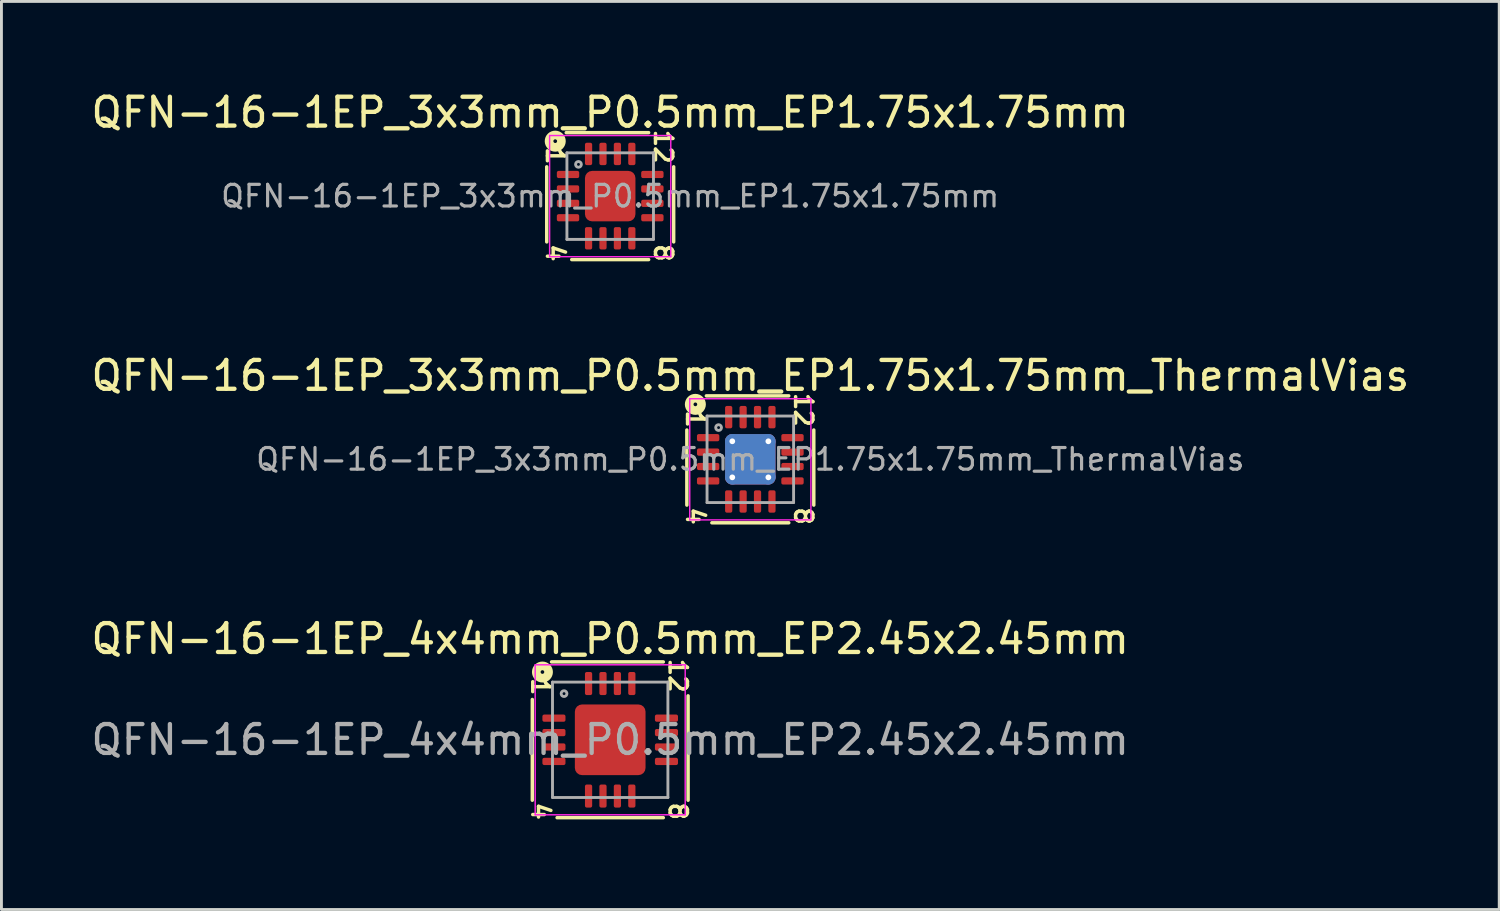
<source format=kicad_pcb>
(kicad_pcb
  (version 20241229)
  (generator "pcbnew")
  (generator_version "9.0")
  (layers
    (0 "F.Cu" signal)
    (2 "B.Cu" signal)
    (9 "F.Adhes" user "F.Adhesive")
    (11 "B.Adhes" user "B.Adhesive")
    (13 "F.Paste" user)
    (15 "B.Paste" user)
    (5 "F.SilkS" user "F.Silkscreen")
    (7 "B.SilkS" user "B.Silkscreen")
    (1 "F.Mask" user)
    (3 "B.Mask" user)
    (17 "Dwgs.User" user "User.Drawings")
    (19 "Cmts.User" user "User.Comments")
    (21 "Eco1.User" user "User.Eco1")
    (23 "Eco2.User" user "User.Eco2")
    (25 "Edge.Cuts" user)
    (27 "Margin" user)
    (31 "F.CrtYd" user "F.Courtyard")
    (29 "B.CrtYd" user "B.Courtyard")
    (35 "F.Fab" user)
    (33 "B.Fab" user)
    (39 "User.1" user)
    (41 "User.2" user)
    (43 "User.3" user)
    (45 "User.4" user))
  (footprint "QFN-16-1EP_3x3mm_P0.5mm_EP1.75x1.75mm"
    (layer "F.Cu")
    (at 18.101 3.748)
    (property "Reference" "QFN-16-1EP_3x3mm_P0.5mm_EP1.75x1.75mm" (at 0 -2.9 0) (layer "F.SilkS") (effects (font (size 1 1) (thickness 0.15))))
    (attr smd)
    (fp_line (start -2.2 1.587) (end -2.2 -1.016) (stroke (width 0.12) (type solid)) (layer "F.SilkS"))
    (fp_line (start -1.524 -2.2) (end 1.333 -2.2) (stroke (width 0.12) (type solid)) (layer "F.SilkS"))
    (fp_line (start 1.333 2.2) (end -1.333 2.2) (stroke (width 0.12) (type solid)) (layer "F.SilkS"))
    (fp_line (start 2.2 -1.016) (end 2.2 1.587) (stroke (width 0.12) (type solid)) (layer "F.SilkS"))
    (fp_circle (center -1.905 -1.905) (end -1.841 -1.905) (stroke (width 0.3) (type solid)) (fill no) (layer "F.SilkS"))
    (fp_line (start -2.1 -2.1) (end -2.1 2.1) (stroke (width 0.05) (type solid)) (layer "F.CrtYd"))
    (fp_line (start -2.1 2.1) (end 2.1 2.1) (stroke (width 0.05) (type solid)) (layer "F.CrtYd"))
    (fp_line (start 2.1 -2.1) (end -2.1 -2.1) (stroke (width 0.05) (type solid)) (layer "F.CrtYd"))
    (fp_line (start 2.1 2.1) (end 2.1 -2.1) (stroke (width 0.05) (type solid)) (layer "F.CrtYd"))
    (fp_line (start -1.5 -1.5) (end 1.5 -1.5) (stroke (width 0.1) (type solid)) (layer "F.Fab"))
    (fp_line (start -1.5 1.5) (end -1.5 -1.5) (stroke (width 0.1) (type solid)) (layer "F.Fab"))
    (fp_line (start 1.5 -1.5) (end 1.5 1.5) (stroke (width 0.1) (type solid)) (layer "F.Fab"))
    (fp_line (start 1.5 1.5) (end -1.5 1.5) (stroke (width 0.1) (type solid)) (layer "F.Fab"))
    (fp_circle (center -1.1 -1.1) (end -1 -1.1) (stroke (width 0.1) (type solid)) (fill no) (layer "F.Fab"))
    (fp_text user "1" (at -1.905 -1.397 270) (unlocked yes) (layer "F.SilkS") (effects (font (size 0.6 0.6) (thickness 0.12))))
    (fp_text user "12" (at 1.841 -1.714 270) (unlocked yes) (layer "F.SilkS") (effects (font (size 0.6 0.6) (thickness 0.12))))
    (fp_text user "8" (at 1.841 1.968 270) (unlocked yes) (layer "F.SilkS") (effects (font (size 0.6 0.6) (thickness 0.12))))
    (fp_text user "4" (at -1.905 1.968 270) (unlocked yes) (layer "F.SilkS") (effects (font (size 0.6 0.6) (thickness 0.12))))
    (fp_text user "${REFERENCE}" (at 0 0 0) (layer "F.Fab") (effects (font (size 0.75 0.75) (thickness 0.11))))
    (pad "" smd roundrect (at -0.44 -0.44) (size 0.71 0.71) (layers "F.Paste") (roundrect_rratio 0.25))
    (pad "" smd roundrect (at -0.44 0.44) (size 0.71 0.71) (layers "F.Paste") (roundrect_rratio 0.25))
    (pad "" smd roundrect (at 0.44 -0.44) (size 0.71 0.71) (layers "F.Paste") (roundrect_rratio 0.25))
    (pad "" smd roundrect (at 0.44 0.44) (size 0.71 0.71) (layers "F.Paste") (roundrect_rratio 0.25))
    (pad "1" smd roundrect (at -1.462 -0.75) (size 0.775 0.25) (layers "F.Cu" "F.Mask" "F.Paste") (roundrect_rratio 0.25))
    (pad "2" smd roundrect (at -1.462 -0.25) (size 0.775 0.25) (layers "F.Cu" "F.Mask" "F.Paste") (roundrect_rratio 0.25))
    (pad "3" smd roundrect (at -1.462 0.25) (size 0.775 0.25) (layers "F.Cu" "F.Mask" "F.Paste") (roundrect_rratio 0.25))
    (pad "4" smd roundrect (at -1.462 0.75) (size 0.775 0.25) (layers "F.Cu" "F.Mask" "F.Paste") (roundrect_rratio 0.25))
    (pad "5" smd roundrect (at -0.75 1.462) (size 0.25 0.775) (layers "F.Cu" "F.Mask" "F.Paste") (roundrect_rratio 0.25))
    (pad "6" smd roundrect (at -0.25 1.462) (size 0.25 0.775) (layers "F.Cu" "F.Mask" "F.Paste") (roundrect_rratio 0.25))
    (pad "7" smd roundrect (at 0.25 1.462) (size 0.25 0.775) (layers "F.Cu" "F.Mask" "F.Paste") (roundrect_rratio 0.25))
    (pad "8" smd roundrect (at 0.75 1.462) (size 0.25 0.775) (layers "F.Cu" "F.Mask" "F.Paste") (roundrect_rratio 0.25))
    (pad "9" smd roundrect (at 1.462 0.75) (size 0.775 0.25) (layers "F.Cu" "F.Mask" "F.Paste") (roundrect_rratio 0.25))
    (pad "10" smd roundrect (at 1.462 0.25) (size 0.775 0.25) (layers "F.Cu" "F.Mask" "F.Paste") (roundrect_rratio 0.25))
    (pad "11" smd roundrect (at 1.462 -0.25) (size 0.775 0.25) (layers "F.Cu" "F.Mask" "F.Paste") (roundrect_rratio 0.25))
    (pad "12" smd roundrect (at 1.462 -0.75) (size 0.775 0.25) (layers "F.Cu" "F.Mask" "F.Paste") (roundrect_rratio 0.25))
    (pad "13" smd roundrect (at 0.75 -1.462) (size 0.25 0.775) (layers "F.Cu" "F.Mask" "F.Paste") (roundrect_rratio 0.25))
    (pad "14" smd roundrect (at 0.25 -1.462) (size 0.25 0.775) (layers "F.Cu" "F.Mask" "F.Paste") (roundrect_rratio 0.25))
    (pad "15" smd roundrect (at -0.25 -1.462) (size 0.25 0.775) (layers "F.Cu" "F.Mask" "F.Paste") (roundrect_rratio 0.25))
    (pad "16" smd roundrect (at -0.75 -1.462) (size 0.25 0.775) (layers "F.Cu" "F.Mask" "F.Paste") (roundrect_rratio 0.25))
    (pad "17" smd roundrect (at 0 0) (size 1.75 1.75) (layers "F.Cu" "F.Mask") (roundrect_rratio 0.143)))
  (footprint "QFN-16-1EP_3x3mm_P0.5mm_EP1.75x1.75mm_ThermalVias"
    (layer "F.Cu")
    (at 22.958 12.871)
    (property "Reference" "QFN-16-1EP_3x3mm_P0.5mm_EP1.75x1.75mm_ThermalVias" (at 0 -2.9 0) (layer "F.SilkS") (effects (font (size 1 1) (thickness 0.15))))
    (attr smd)
    (fp_line (start -2.2 1.587) (end -2.2 -1.016) (stroke (width 0.12) (type solid)) (layer "F.SilkS"))
    (fp_line (start -1.524 -2.2) (end 1.333 -2.2) (stroke (width 0.12) (type solid)) (layer "F.SilkS"))
    (fp_line (start 1.333 2.2) (end -1.333 2.2) (stroke (width 0.12) (type solid)) (layer "F.SilkS"))
    (fp_line (start 2.2 -1.016) (end 2.2 1.587) (stroke (width 0.12) (type solid)) (layer "F.SilkS"))
    (fp_circle (center -1.905 -1.905) (end -1.841 -1.905) (stroke (width 0.3) (type solid)) (fill no) (layer "F.SilkS"))
    (fp_line (start -2.1 -2.1) (end -2.1 2.1) (stroke (width 0.05) (type solid)) (layer "F.CrtYd"))
    (fp_line (start -2.1 2.1) (end 2.1 2.1) (stroke (width 0.05) (type solid)) (layer "F.CrtYd"))
    (fp_line (start 2.1 -2.1) (end -2.1 -2.1) (stroke (width 0.05) (type solid)) (layer "F.CrtYd"))
    (fp_line (start 2.1 2.1) (end 2.1 -2.1) (stroke (width 0.05) (type solid)) (layer "F.CrtYd"))
    (fp_line (start -1.5 -1.5) (end 1.5 -1.5) (stroke (width 0.1) (type solid)) (layer "F.Fab"))
    (fp_line (start -1.5 1.5) (end -1.5 -1.5) (stroke (width 0.1) (type solid)) (layer "F.Fab"))
    (fp_line (start 1.5 -1.5) (end 1.5 1.5) (stroke (width 0.1) (type solid)) (layer "F.Fab"))
    (fp_line (start 1.5 1.5) (end -1.5 1.5) (stroke (width 0.1) (type solid)) (layer "F.Fab"))
    (fp_circle (center -1.1 -1.1) (end -1 -1.1) (stroke (width 0.1) (type solid)) (fill no) (layer "F.Fab"))
    (fp_text user "1" (at -1.905 -1.397 270) (unlocked yes) (layer "F.SilkS") (effects (font (size 0.6 0.6) (thickness 0.12))))
    (fp_text user "8" (at 1.841 1.968 270) (unlocked yes) (layer "F.SilkS") (effects (font (size 0.6 0.6) (thickness 0.12))))
    (fp_text user "4" (at -1.905 1.968 270) (unlocked yes) (layer "F.SilkS") (effects (font (size 0.6 0.6) (thickness 0.12))))
    (fp_text user "12" (at 1.841 -1.714 270) (unlocked yes) (layer "F.SilkS") (effects (font (size 0.6 0.6) (thickness 0.12))))
    (fp_text user "${REFERENCE}" (at 0 0 0) (layer "F.Fab") (effects (font (size 0.75 0.75) (thickness 0.11))))
    (pad "" smd roundrect (at -0.44 -0.44) (size 0.76 0.76) (layers "F.Paste") (roundrect_rratio 0.25))
    (pad "" smd roundrect (at -0.44 0.44) (size 0.76 0.76) (layers "F.Paste") (roundrect_rratio 0.25))
    (pad "" smd roundrect (at 0.44 -0.44) (size 0.76 0.76) (layers "F.Paste") (roundrect_rratio 0.25))
    (pad "" smd roundrect (at 0.44 0.44) (size 0.76 0.76) (layers "F.Paste") (roundrect_rratio 0.25))
    (pad "1" smd roundrect (at -1.462 -0.75) (size 0.775 0.25) (layers "F.Cu" "F.Mask" "F.Paste") (roundrect_rratio 0.25))
    (pad "2" smd roundrect (at -1.462 -0.25) (size 0.775 0.25) (layers "F.Cu" "F.Mask" "F.Paste") (roundrect_rratio 0.25))
    (pad "3" smd roundrect (at -1.462 0.25) (size 0.775 0.25) (layers "F.Cu" "F.Mask" "F.Paste") (roundrect_rratio 0.25))
    (pad "4" smd roundrect (at -1.462 0.75) (size 0.775 0.25) (layers "F.Cu" "F.Mask" "F.Paste") (roundrect_rratio 0.25))
    (pad "5" smd roundrect (at -0.75 1.462) (size 0.25 0.775) (layers "F.Cu" "F.Mask" "F.Paste") (roundrect_rratio 0.25))
    (pad "6" smd roundrect (at -0.25 1.462) (size 0.25 0.775) (layers "F.Cu" "F.Mask" "F.Paste") (roundrect_rratio 0.25))
    (pad "7" smd roundrect (at 0.25 1.462) (size 0.25 0.775) (layers "F.Cu" "F.Mask" "F.Paste") (roundrect_rratio 0.25))
    (pad "8" smd roundrect (at 0.75 1.462) (size 0.25 0.775) (layers "F.Cu" "F.Mask" "F.Paste") (roundrect_rratio 0.25))
    (pad "9" smd roundrect (at 1.462 0.75) (size 0.775 0.25) (layers "F.Cu" "F.Mask" "F.Paste") (roundrect_rratio 0.25))
    (pad "10" smd roundrect (at 1.462 0.25) (size 0.775 0.25) (layers "F.Cu" "F.Mask" "F.Paste") (roundrect_rratio 0.25))
    (pad "11" smd roundrect (at 1.462 -0.25) (size 0.775 0.25) (layers "F.Cu" "F.Mask" "F.Paste") (roundrect_rratio 0.25))
    (pad "12" smd roundrect (at 1.462 -0.75) (size 0.775 0.25) (layers "F.Cu" "F.Mask" "F.Paste") (roundrect_rratio 0.25))
    (pad "13" smd roundrect (at 0.75 -1.462) (size 0.25 0.775) (layers "F.Cu" "F.Mask" "F.Paste") (roundrect_rratio 0.25))
    (pad "14" smd roundrect (at 0.25 -1.462) (size 0.25 0.775) (layers "F.Cu" "F.Mask" "F.Paste") (roundrect_rratio 0.25))
    (pad "15" smd roundrect (at -0.25 -1.462) (size 0.25 0.775) (layers "F.Cu" "F.Mask" "F.Paste") (roundrect_rratio 0.25))
    (pad "16" smd roundrect (at -0.75 -1.462) (size 0.25 0.775) (layers "F.Cu" "F.Mask" "F.Paste") (roundrect_rratio 0.25))
    (pad "17" thru_hole circle (at -0.625 -0.625) (size 0.5 0.5) (drill 0.2) (property pad_prop_heatsink) (layers "*.Cu"))
    (pad "17" thru_hole circle (at -0.625 0.625) (size 0.5 0.5) (drill 0.2) (property pad_prop_heatsink) (layers "*.Cu"))
    (pad "17" smd roundrect (at 0 0) (size 1.75 1.75) (layers "F.Cu" "F.Mask") (roundrect_rratio 0.143))
    (pad "17" smd roundrect (at 0 0) (size 1.75 1.75) (layers "B.Cu" "B.Mask") (roundrect_rratio 0.143))
    (pad "17" thru_hole circle (at 0.625 -0.625) (size 0.5 0.5) (drill 0.2) (property pad_prop_heatsink) (layers "*.Cu"))
    (pad "17" thru_hole circle (at 0.625 0.625) (size 0.5 0.5) (drill 0.2) (property pad_prop_heatsink) (layers "*.Cu")))
  (footprint "QFN-16-1EP_4x4mm_P0.5mm_EP2.45x2.45mm"
    (layer "F.Cu")
    (at 18.101 22.593)
    (property "Reference" "QFN-16-1EP_4x4mm_P0.5mm_EP2.45x2.45mm" (at 0 -3.5 0) (layer "F.SilkS") (effects (font (size 1 1) (thickness 0.15))))
    (attr smd)
    (fp_line (start -2.7 -1.397) (end -2.7 2.095) (stroke (width 0.12) (type solid)) (layer "F.SilkS"))
    (fp_line (start -1.841 2.7) (end 1.841 2.7) (stroke (width 0.12) (type solid)) (layer "F.SilkS"))
    (fp_line (start 1.841 -2.7) (end -2.032 -2.7) (stroke (width 0.12) (type solid)) (layer "F.SilkS"))
    (fp_line (start 2.7 2.095) (end 2.7 -1.524) (stroke (width 0.12) (type solid)) (layer "F.SilkS"))
    (fp_circle (center -2.349 -2.349) (end -2.286 -2.349) (stroke (width 0.3) (type solid)) (fill no) (layer "F.SilkS"))
    (fp_line (start -2.6 -2.6) (end -2.6 2.6) (stroke (width 0.05) (type solid)) (layer "F.CrtYd"))
    (fp_line (start -2.6 2.6) (end 2.6 2.6) (stroke (width 0.05) (type solid)) (layer "F.CrtYd"))
    (fp_line (start 2.6 -2.6) (end -2.6 -2.6) (stroke (width 0.05) (type solid)) (layer "F.CrtYd"))
    (fp_line (start 2.6 2.6) (end 2.6 -2.6) (stroke (width 0.05) (type solid)) (layer "F.CrtYd"))
    (fp_line (start -2 -2) (end 2 -2) (stroke (width 0.1) (type solid)) (layer "F.Fab"))
    (fp_line (start -2 2) (end -2 -2) (stroke (width 0.1) (type solid)) (layer "F.Fab"))
    (fp_line (start 2 -2) (end 2 2) (stroke (width 0.1) (type solid)) (layer "F.Fab"))
    (fp_line (start 2 2) (end -2 2) (stroke (width 0.1) (type solid)) (layer "F.Fab"))
    (fp_circle (center -1.6 -1.6) (end -1.5 -1.6) (stroke (width 0.1) (type solid)) (fill no) (layer "F.Fab"))
    (fp_text user "8" (at 2.349 2.477 270) (unlocked yes) (layer "F.SilkS") (effects (font (size 0.6 0.6) (thickness 0.12))))
    (fp_text user "12" (at 2.349 -2.223 270) (unlocked yes) (layer "F.SilkS") (effects (font (size 0.6 0.6) (thickness 0.12))))
    (fp_text user "4" (at -2.413 2.477 270) (unlocked yes) (layer "F.SilkS") (effects (font (size 0.6 0.6) (thickness 0.12))))
    (fp_text user "1" (at -2.413 -1.841 270) (unlocked yes) (layer "F.SilkS") (effects (font (size 0.6 0.6) (thickness 0.12))))
    (fp_text user "${REFERENCE}" (at 0 0 0) (layer "F.Fab") (effects (font (size 1 1) (thickness 0.15))))
    (pad "" smd roundrect (at -0.61 -0.61) (size 0.99 0.99) (layers "F.Paste") (roundrect_rratio 0.25))
    (pad "" smd roundrect (at -0.61 0.61) (size 0.99 0.99) (layers "F.Paste") (roundrect_rratio 0.25))
    (pad "" smd roundrect (at 0.61 -0.61) (size 0.99 0.99) (layers "F.Paste") (roundrect_rratio 0.25))
    (pad "" smd roundrect (at 0.61 0.61) (size 0.99 0.99) (layers "F.Paste") (roundrect_rratio 0.25))
    (pad "1" smd roundrect (at -1.95 -0.75) (size 0.8 0.25) (layers "F.Cu" "F.Mask" "F.Paste") (roundrect_rratio 0.25))
    (pad "2" smd roundrect (at -1.95 -0.25) (size 0.8 0.25) (layers "F.Cu" "F.Mask" "F.Paste") (roundrect_rratio 0.25))
    (pad "3" smd roundrect (at -1.95 0.25) (size 0.8 0.25) (layers "F.Cu" "F.Mask" "F.Paste") (roundrect_rratio 0.25))
    (pad "4" smd roundrect (at -1.95 0.75) (size 0.8 0.25) (layers "F.Cu" "F.Mask" "F.Paste") (roundrect_rratio 0.25))
    (pad "5" smd roundrect (at -0.75 1.95) (size 0.25 0.8) (layers "F.Cu" "F.Mask" "F.Paste") (roundrect_rratio 0.25))
    (pad "6" smd roundrect (at -0.25 1.95) (size 0.25 0.8) (layers "F.Cu" "F.Mask" "F.Paste") (roundrect_rratio 0.25))
    (pad "7" smd roundrect (at 0.25 1.95) (size 0.25 0.8) (layers "F.Cu" "F.Mask" "F.Paste") (roundrect_rratio 0.25))
    (pad "8" smd roundrect (at 0.75 1.95) (size 0.25 0.8) (layers "F.Cu" "F.Mask" "F.Paste") (roundrect_rratio 0.25))
    (pad "9" smd roundrect (at 1.95 0.75) (size 0.8 0.25) (layers "F.Cu" "F.Mask" "F.Paste") (roundrect_rratio 0.25))
    (pad "10" smd roundrect (at 1.95 0.25) (size 0.8 0.25) (layers "F.Cu" "F.Mask" "F.Paste") (roundrect_rratio 0.25))
    (pad "11" smd roundrect (at 1.95 -0.25) (size 0.8 0.25) (layers "F.Cu" "F.Mask" "F.Paste") (roundrect_rratio 0.25))
    (pad "12" smd roundrect (at 1.95 -0.75) (size 0.8 0.25) (layers "F.Cu" "F.Mask" "F.Paste") (roundrect_rratio 0.25))
    (pad "13" smd roundrect (at 0.75 -1.95) (size 0.25 0.8) (layers "F.Cu" "F.Mask" "F.Paste") (roundrect_rratio 0.25))
    (pad "14" smd roundrect (at 0.25 -1.95) (size 0.25 0.8) (layers "F.Cu" "F.Mask" "F.Paste") (roundrect_rratio 0.25))
    (pad "15" smd roundrect (at -0.25 -1.95) (size 0.25 0.8) (layers "F.Cu" "F.Mask" "F.Paste") (roundrect_rratio 0.25))
    (pad "16" smd roundrect (at -0.75 -1.95) (size 0.25 0.8) (layers "F.Cu" "F.Mask" "F.Paste") (roundrect_rratio 0.25))
    (pad "17" smd roundrect (at 0 0) (size 2.45 2.45) (layers "F.Cu" "F.Mask") (roundrect_rratio 0.102)))
  (gr_rect
    (start -3 -3)
    (end 48.917 28.475)
    (stroke (width 0.1) (type default))
    (fill no)
    (layer "Edge.Cuts")))
</source>
